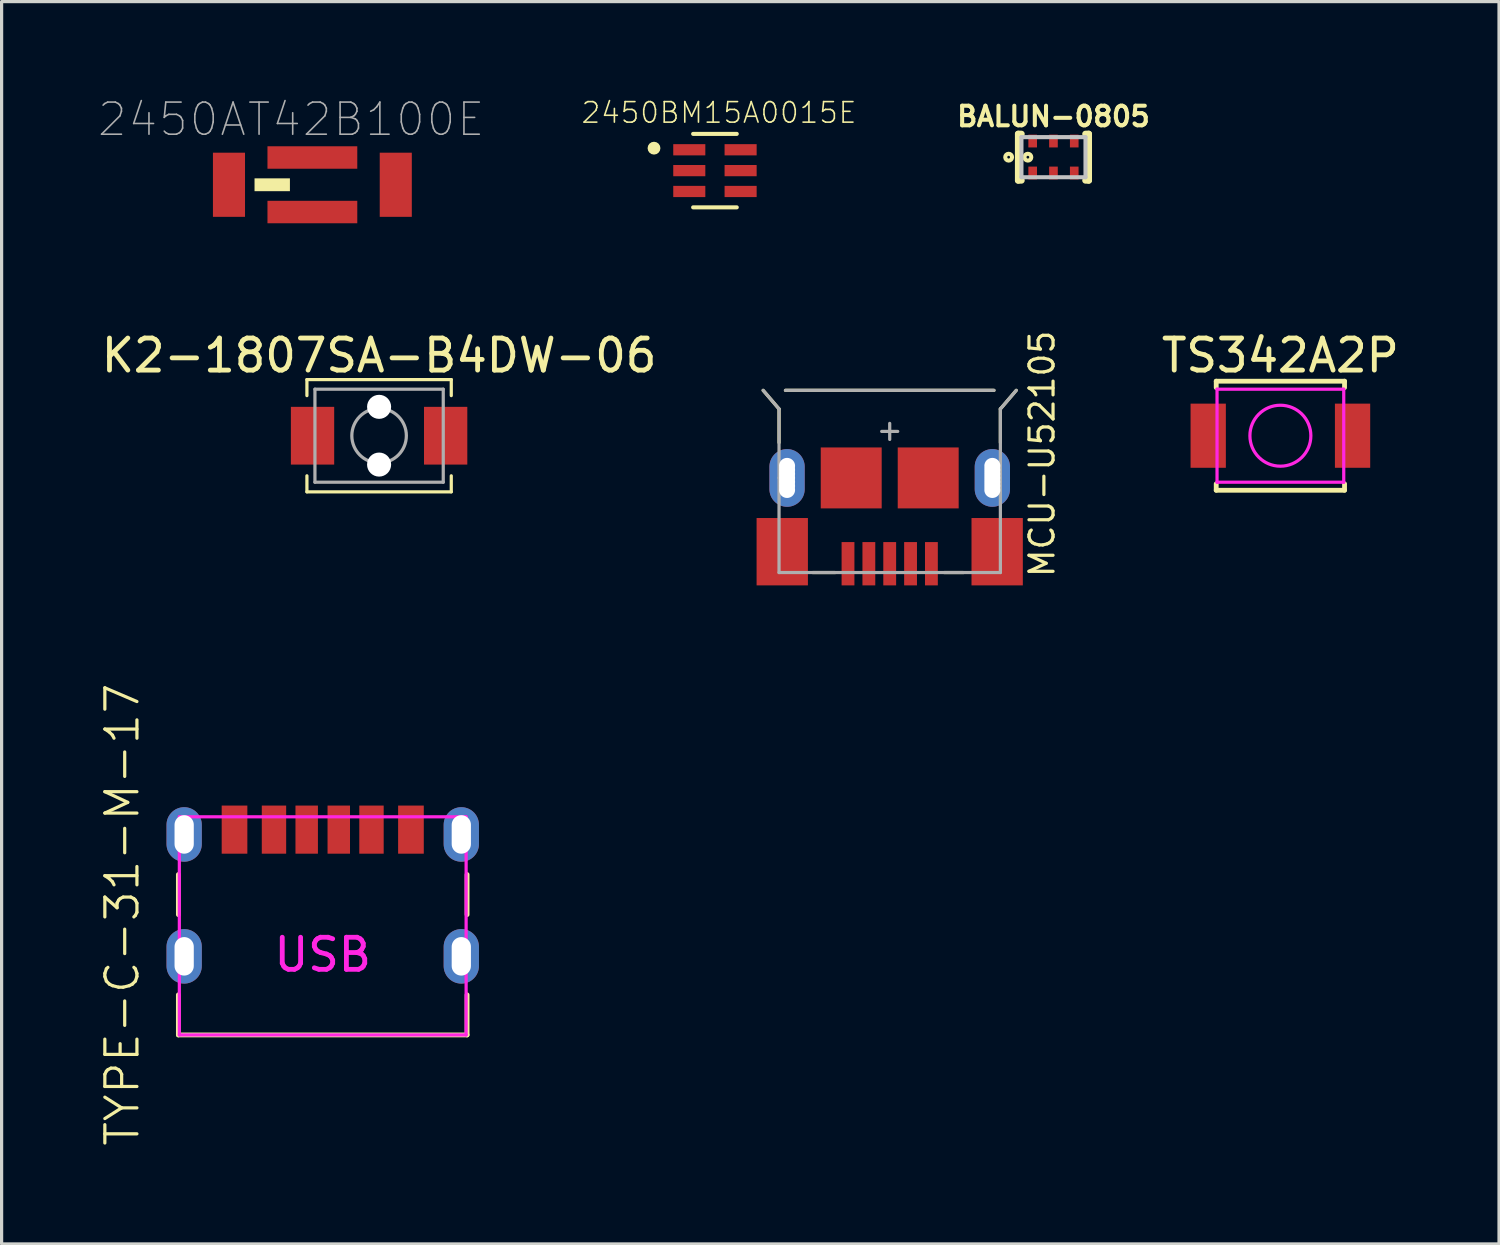
<source format=kicad_pcb>
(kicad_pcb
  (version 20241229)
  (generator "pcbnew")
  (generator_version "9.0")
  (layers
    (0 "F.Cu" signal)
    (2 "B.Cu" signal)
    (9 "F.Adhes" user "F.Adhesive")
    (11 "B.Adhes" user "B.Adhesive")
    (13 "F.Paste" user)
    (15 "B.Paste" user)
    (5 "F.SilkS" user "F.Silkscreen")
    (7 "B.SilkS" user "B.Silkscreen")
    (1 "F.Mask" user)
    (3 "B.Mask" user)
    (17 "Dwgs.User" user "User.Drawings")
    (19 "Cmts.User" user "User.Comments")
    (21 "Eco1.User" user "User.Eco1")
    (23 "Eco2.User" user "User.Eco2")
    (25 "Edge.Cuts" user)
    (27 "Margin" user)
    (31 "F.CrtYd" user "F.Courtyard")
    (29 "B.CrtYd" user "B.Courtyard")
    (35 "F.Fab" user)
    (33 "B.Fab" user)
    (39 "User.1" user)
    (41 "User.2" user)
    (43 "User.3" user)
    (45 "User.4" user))
  (footprint "TYPE-C-31-M-17"
    (layer "F.Cu")
    (at 7.011 22.963)
    (property "Reference" "TYPE-C-31-M-17" (at -6.25 2.5 90) (layer "F.SilkS") (effects (font (size 1 1) (thickness 0.1))))
    (attr through_hole)
    (fp_line (start -4.5 1.25) (end -4.5 2.5) (stroke (width 0.15) (type solid)) (layer "F.SilkS"))
    (fp_line (start -4.5 5) (end -4.5 6.25) (stroke (width 0.15) (type solid)) (layer "F.SilkS"))
    (fp_line (start -4.5 6.25) (end 4.5 6.25) (stroke (width 0.15) (type solid)) (layer "F.SilkS"))
    (fp_line (start 4.5 1.25) (end 4.5 2.5) (stroke (width 0.15) (type solid)) (layer "F.SilkS"))
    (fp_line (start 4.5 6.25) (end 4.5 5) (stroke (width 0.15) (type solid)) (layer "F.SilkS"))
    (fp_line (start -4.47 -0.55) (end 4.47 -0.55) (stroke (width 0.1) (type solid)) (layer "F.CrtYd"))
    (fp_line (start -4.47 6.25) (end -4.47 -0.55) (stroke (width 0.1) (type solid)) (layer "F.CrtYd"))
    (fp_line (start 4.47 -0.55) (end 4.47 6.25) (stroke (width 0.1) (type solid)) (layer "F.CrtYd"))
    (fp_line (start 4.47 6.25) (end -4.47 6.25) (stroke (width 0.1) (type solid)) (layer "F.CrtYd"))
    (fp_text user "USB" (at 0 3.75 0) (layer "F.CrtYd") (effects (font (size 1 1) (thickness 0.15))))
    (pad "" np_thru_hole oval (at -4.32 0) (size 0.6 1.2) (drill oval 0.6 1.2) (layers "*.Cu" "*.Mask"))
    (pad "" np_thru_hole oval (at -4.32 3.8) (size 0.6 1.2) (drill oval 0.6 1.2) (layers "*.Cu" "*.Mask"))
    (pad "" np_thru_hole oval (at 4.32 0) (size 0.6 1.2) (drill oval 0.6 1.2) (layers "*.Cu" "*.Mask"))
    (pad "" np_thru_hole oval (at 4.32 3.8) (size 0.6 1.2) (drill oval 0.6 1.2) (layers "*.Cu" "*.Mask"))
    (pad "CC1" smd rect (at -0.5 0) (size 0.7 1.5) (drill (offset 0 -0.15)) (layers "F.Cu" "F.Mask" "F.Paste"))
    (pad "CC2" smd rect (at 0.5 0) (size 0.7 1.5) (drill (offset 0 -0.15)) (layers "F.Cu" "F.Mask" "F.Paste"))
    (pad "GND" smd rect (at -2.75 0) (size 0.8 1.5) (drill (offset 0 -0.15)) (layers "F.Cu" "F.Mask" "F.Paste"))
    (pad "GND" smd rect (at 2.75 0) (size 0.8 1.5) (drill (offset 0 -0.15)) (layers "F.Cu" "F.Mask" "F.Paste"))
    (pad "SHIE" smd oval (at -4.32 0) (size 1.1 1.7) (layers "F.Cu" "F.Mask" "F.Paste"))
    (pad "SHIE" smd oval (at -4.32 0) (size 1.1 1.7) (layers "B.Cu" "B.Mask" "B.Paste"))
    (pad "SHIE" smd oval (at -4.32 3.8) (size 1.1 1.7) (layers "F.Cu" "F.Mask" "F.Paste"))
    (pad "SHIE" smd oval (at -4.32 3.8) (size 1.1 1.7) (layers "B.Cu" "B.Mask" "B.Paste"))
    (pad "SHIE" smd oval (at 4.32 0) (size 1.1 1.7) (layers "F.Cu" "F.Mask" "F.Paste"))
    (pad "SHIE" smd oval (at 4.32 0) (size 1.1 1.7) (layers "B.Cu" "B.Mask" "B.Paste"))
    (pad "SHIE" smd oval (at 4.32 3.8) (size 1.1 1.7) (layers "F.Cu" "F.Mask" "F.Paste"))
    (pad "SHIE" smd oval (at 4.32 3.8) (size 1.1 1.7) (layers "B.Cu" "B.Mask" "B.Paste"))
    (pad "VBUS" smd rect (at -1.52 0) (size 0.76 1.5) (drill (offset 0 -0.15)) (layers "F.Cu" "F.Mask" "F.Paste"))
    (pad "VBUS" smd rect (at 1.52 0) (size 0.76 1.5) (drill (offset 0 -0.15)) (layers "F.Cu" "F.Mask" "F.Paste")))
  (footprint "TS342A2P"
    (layer "F.Cu")
    (at 36.865 10.533)
    (property "Reference" "TS342A2P" (at 0 -2.5 0) (layer "F.SilkS") (effects (font (size 1 1) (thickness 0.15))))
    (attr through_hole)
    (fp_line (start -2 -1.7) (end -2 -1.5) (stroke (width 0.15) (type solid)) (layer "F.SilkS"))
    (fp_line (start -2 -1.7) (end 2 -1.7) (stroke (width 0.15) (type solid)) (layer "F.SilkS"))
    (fp_line (start -2 1.5) (end -2 1.7) (stroke (width 0.15) (type solid)) (layer "F.SilkS"))
    (fp_line (start -2 1.7) (end 2 1.7) (stroke (width 0.15) (type solid)) (layer "F.SilkS"))
    (fp_line (start 2 -1.7) (end 2 -1.5) (stroke (width 0.15) (type solid)) (layer "F.SilkS"))
    (fp_line (start 2 1.7) (end 2 1.5) (stroke (width 0.15) (type solid)) (layer "F.SilkS"))
    (fp_line (start -1.975 -1.45) (end 1.975 -1.45) (stroke (width 0.1) (type solid)) (layer "F.CrtYd"))
    (fp_line (start -1.975 1.45) (end -1.975 -1.45) (stroke (width 0.1) (type solid)) (layer "F.CrtYd"))
    (fp_line (start 1.975 -1.45) (end 1.975 1.45) (stroke (width 0.1) (type solid)) (layer "F.CrtYd"))
    (fp_line (start 1.975 1.45) (end -1.975 1.45) (stroke (width 0.1) (type solid)) (layer "F.CrtYd"))
    (fp_circle (center 0 0) (end 0.95 0) (stroke (width 0.1) (type solid)) (fill no) (layer "F.CrtYd"))
    (pad "1" smd rect (at -1.7 0) (size 1.1 2) (drill (offset -0.55 0)) (layers "F.Cu" "F.Mask" "F.Paste"))
    (pad "2" smd rect (at 1.7 0) (size 1.1 2) (drill (offset 0.55 0)) (layers "F.Cu" "F.Mask" "F.Paste")))
  (footprint "MCU-U52105"
    (layer "F.Cu")
    (at 24.686 11.849)
    (property "Reference" "MCU-U52105" (at 4.75 -0.75 90) (layer "F.SilkS") (effects (font (size 0.75 0.75) (thickness 0.1))))
    (attr through_hole)
    (fp_line (start -3.945 -2.73) (end -3.45 -2.15) (stroke (width 0.1) (type solid)) (layer "F.SilkS"))
    (fp_line (start -3.45 -2.15) (end -3.45 -1.1) (stroke (width 0.1) (type solid)) (layer "F.SilkS"))
    (fp_line (start -3.25 -2.73) (end 3.25 -2.73) (stroke (width 0.1) (type solid)) (layer "F.SilkS"))
    (fp_line (start -2.4 2.95) (end -1.7 2.95) (stroke (width 0.1) (type solid)) (layer "F.SilkS"))
    (fp_line (start 1.7 2.95) (end 2.3 2.95) (stroke (width 0.1) (type solid)) (layer "F.SilkS"))
    (fp_line (start 3.45 -2.15) (end 3.45 -1.1) (stroke (width 0.1) (type solid)) (layer "F.SilkS"))
    (fp_line (start 3.945 -2.73) (end 3.45 -2.15) (stroke (width 0.1) (type solid)) (layer "F.SilkS"))
    (fp_line (start -3.45 -2.15) (end -3.945 -2.73) (stroke (width 0.1) (type solid)) (layer "F.Fab"))
    (fp_line (start -3.45 0) (end -3.45 -2.15) (stroke (width 0.1) (type solid)) (layer "F.Fab"))
    (fp_line (start -3.45 0) (end -3.45 2.95) (stroke (width 0.1) (type solid)) (layer "F.Fab"))
    (fp_line (start -3.45 2.95) (end 3.45 2.95) (stroke (width 0.1) (type solid)) (layer "F.Fab"))
    (fp_line (start -3.25 -2.73) (end 3.25 -2.73) (stroke (width 0.1) (type solid)) (layer "F.Fab"))
    (fp_line (start 0 -1.2) (end 0 -1.7) (stroke (width 0.1) (type solid)) (layer "F.Fab"))
    (fp_line (start 0.25 -1.45) (end -0.25 -1.45) (stroke (width 0.1) (type solid)) (layer "F.Fab"))
    (fp_line (start 3.45 -2.15) (end 3.45 0) (stroke (width 0.1) (type solid)) (layer "F.Fab"))
    (fp_line (start 3.45 -2.15) (end 3.945 -2.73) (stroke (width 0.1) (type solid)) (layer "F.Fab"))
    (fp_line (start 3.45 2.95) (end 3.45 0) (stroke (width 0.1) (type solid)) (layer "F.Fab"))
    (pad "" np_thru_hole oval (at -3.2 -0.375 90) (size 0.5 0.5) (drill 0.5) (layers "*.Cu" "*.Mask"))
    (pad "" np_thru_hole oval (at -3.2 -0.25 90) (size 0.5 0.5) (drill 0.5) (layers "*.Cu" "*.Mask"))
    (pad "" np_thru_hole oval (at -3.2 -0.125 90) (size 0.5 0.5) (drill 0.5) (layers "*.Cu" "*.Mask"))
    (pad "" np_thru_hole oval (at -3.2 0 90) (size 0.5 0.5) (drill 0.5) (layers "*.Cu" "*.Mask"))
    (pad "" np_thru_hole oval (at -3.2 0.125 90) (size 0.5 0.5) (drill 0.5) (layers "*.Cu" "*.Mask"))
    (pad "" np_thru_hole oval (at -3.2 0.25 90) (size 0.5 0.5) (drill 0.5) (layers "*.Cu" "*.Mask"))
    (pad "" np_thru_hole oval (at -3.2 0.375 90) (size 0.5 0.5) (drill 0.5) (layers "*.Cu" "*.Mask"))
    (pad "" np_thru_hole oval (at 3.2 -0.375 90) (size 0.5 0.5) (drill 0.5) (layers "*.Cu" "*.Mask"))
    (pad "" np_thru_hole oval (at 3.2 -0.25 90) (size 0.5 0.5) (drill 0.5) (layers "*.Cu" "*.Mask"))
    (pad "" np_thru_hole oval (at 3.2 -0.125 90) (size 0.5 0.5) (drill 0.5) (layers "*.Cu" "*.Mask"))
    (pad "" np_thru_hole oval (at 3.2 0 90) (size 0.5 0.5) (drill 0.5) (layers "*.Cu" "*.Mask"))
    (pad "" np_thru_hole oval (at 3.2 0.125 90) (size 0.5 0.5) (drill 0.5) (layers "*.Cu" "*.Mask"))
    (pad "" np_thru_hole oval (at 3.2 0.25 90) (size 0.5 0.5) (drill 0.5) (layers "*.Cu" "*.Mask"))
    (pad "" np_thru_hole oval (at 3.2 0.375 90) (size 0.5 0.5) (drill 0.5) (layers "*.Cu" "*.Mask"))
    (pad "D+" smd rect (at 0 3.35 90) (size 1.35 0.4) (drill oval (offset 0.675 0)) (layers "F.Cu" "F.Mask" "F.Paste"))
    (pad "D-" smd rect (at 0.65 3.35 90) (size 1.35 0.4) (drill oval (offset 0.675 0)) (layers "F.Cu" "F.Mask" "F.Paste"))
    (pad "GND" smd rect (at -1.3 3.35 90) (size 1.35 0.4) (drill oval (offset 0.675 0)) (layers "F.Cu" "F.Mask" "F.Paste"))
    (pad "ID" smd rect (at -0.65 3.35 90) (size 1.35 0.4) (drill oval (offset 0.675 0)) (layers "F.Cu" "F.Mask" "F.Paste"))
    (pad "SHIE" smd rect (at -4.15 3.35 90) (size 2.1 1.6) (drill oval (offset 1.05 0.8)) (layers "F.Cu" "F.Mask" "F.Paste"))
    (pad "SHIE" smd oval (at -3.2 0 90) (size 1.8 1.1) (layers "F.Cu" "F.Mask"))
    (pad "SHIE" smd oval (at -3.2 0 90) (size 1.8 1.1) (layers "B.Cu" "B.Mask"))
    (pad "SHIE" smd rect (at -1.2 0 90) (size 1.9 1.9) (layers "F.Cu" "F.Mask" "F.Paste"))
    (pad "SHIE" smd rect (at 1.2 0 90) (size 1.9 1.9) (layers "F.Cu" "F.Mask" "F.Paste"))
    (pad "SHIE" smd oval (at 3.2 0 90) (size 1.8 1.1) (layers "F.Cu" "F.Mask"))
    (pad "SHIE" smd oval (at 3.2 0 90) (size 1.8 1.1) (layers "B.Cu" "B.Mask"))
    (pad "SHIE" smd rect (at 4.15 3.35 90) (size 2.1 1.6) (drill oval (offset 1.05 -0.8)) (layers "F.Cu" "F.Mask" "F.Paste"))
    (pad "VBUS" smd rect (at 1.3 3.35 90) (size 1.35 0.4) (drill oval (offset 0.675 0)) (layers "F.Cu" "F.Mask" "F.Paste")))
  (footprint "2450AT42B100E"
    (layer "F.Cu")
    (at 6.688 2.71)
    (property "Reference" "2450AT42B100E" (at -0.661 -2.037 180) (layer "F.Fab") (effects (font (size 1.001 1.001) (thickness 0.05))))
    (attr smd)
    (fp_poly (pts (xy -1.803 -0.2) (xy -0.7 -0.2) (xy -0.7 0.2) (xy -1.803 0.2)) (stroke (width 0) (type solid)) (fill yes) (layer "F.SilkS"))
    (fp_line (start -3.35 -1.45) (end 3.35 -1.45) (stroke (width 0.05) (type solid)) (layer "Eco1.User"))
    (fp_line (start -3.35 1.45) (end -3.35 -1.45) (stroke (width 0.05) (type solid)) (layer "Eco1.User"))
    (fp_line (start 3.35 -1.45) (end 3.35 1.45) (stroke (width 0.05) (type solid)) (layer "Eco1.User"))
    (fp_line (start 3.35 1.45) (end -3.35 1.45) (stroke (width 0.05) (type solid)) (layer "Eco1.User"))
    (pad "1" smd rect (at -2.6 0) (size 1 2) (layers "F.Cu" "F.Mask" "F.Paste"))
    (pad "2" smd rect (at 2.6 0) (size 1 2) (layers "F.Cu" "F.Mask" "F.Paste"))
    (pad "3" smd rect (at 0 0.85) (size 2.8 0.7) (layers "F.Cu" "F.Mask" "F.Paste"))
    (pad "4" smd rect (at 0 -0.85) (size 2.8 0.7) (layers "F.Cu" "F.Mask" "F.Paste")))
  (footprint "2450BM15A0015E"
    (layer "F.Cu")
    (at 19.238 2.269)
    (property "Reference" "2450BM15A0015E" (at 0.126 -1.806 0) (layer "F.SilkS") (effects (font (size 0.64 0.64) (thickness 0.05))))
    (attr smd)
    (fp_line (start -0.68 1.145) (end 0.68 1.145) (stroke (width 0.127) (type solid)) (layer "F.SilkS"))
    (fp_line (start 0.68 -1.145) (end -0.68 -1.145) (stroke (width 0.127) (type solid)) (layer "F.SilkS"))
    (fp_circle (center -1.9 -0.7) (end -1.8 -0.7) (stroke (width 0.2) (type solid)) (fill no) (layer "F.SilkS"))
    (fp_line (start -1.55 -1.075) (end -1.55 1.075) (stroke (width 0.05) (type solid)) (layer "Eco1.User"))
    (fp_line (start -1.55 1.075) (end -0.93 1.075) (stroke (width 0.05) (type solid)) (layer "Eco1.User"))
    (fp_line (start -0.93 -1.3) (end -0.93 -1.075) (stroke (width 0.05) (type solid)) (layer "Eco1.User"))
    (fp_line (start -0.93 -1.075) (end -1.55 -1.075) (stroke (width 0.05) (type solid)) (layer "Eco1.User"))
    (fp_line (start -0.93 1.075) (end -0.93 1.3) (stroke (width 0.05) (type solid)) (layer "Eco1.User"))
    (fp_line (start -0.93 1.3) (end 0.93 1.3) (stroke (width 0.05) (type solid)) (layer "Eco1.User"))
    (fp_line (start 0.93 -1.3) (end -0.93 -1.3) (stroke (width 0.05) (type solid)) (layer "Eco1.User"))
    (fp_line (start 0.93 -1.075) (end 0.93 -1.3) (stroke (width 0.05) (type solid)) (layer "Eco1.User"))
    (fp_line (start 0.93 1.075) (end 1.55 1.075) (stroke (width 0.05) (type solid)) (layer "Eco1.User"))
    (fp_line (start 0.93 1.3) (end 0.93 1.075) (stroke (width 0.05) (type solid)) (layer "Eco1.User"))
    (fp_line (start 1.55 -1.075) (end 0.93 -1.075) (stroke (width 0.05) (type solid)) (layer "Eco1.User"))
    (fp_line (start 1.55 1.075) (end 1.55 -1.075) (stroke (width 0.05) (type solid)) (layer "Eco1.User"))
    (fp_line (start -0.68 -1.05) (end -0.68 1.05) (stroke (width 0.127) (type solid)) (layer "Eco2.User"))
    (fp_line (start -0.68 1.05) (end 0.68 1.05) (stroke (width 0.127) (type solid)) (layer "Eco2.User"))
    (fp_line (start 0.68 -1.05) (end -0.68 -1.05) (stroke (width 0.127) (type solid)) (layer "Eco2.User"))
    (fp_line (start 0.68 1.05) (end 0.68 -1.05) (stroke (width 0.127) (type solid)) (layer "Eco2.User"))
    (fp_circle (center -1.9 -0.7) (end -1.8 -0.7) (stroke (width 0.2) (type solid)) (fill no) (layer "Eco2.User"))
    (pad "BAL1" smd rect (at -0.8 0.65 90) (size 0.35 1) (layers "F.Cu" "F.Mask" "F.Paste"))
    (pad "BAL2" smd rect (at 0.8 0.65 90) (size 0.35 1) (layers "F.Cu" "F.Mask" "F.Paste"))
    (pad "GND" smd rect (at -0.8 0 90) (size 0.35 1) (layers "F.Cu" "F.Mask" "F.Paste"))
    (pad "GND" smd rect (at 0.8 -0.65 90) (size 0.35 1) (layers "F.Cu" "F.Mask" "F.Paste"))
    (pad "GND" smd rect (at 0.8 0 90) (size 0.35 1) (layers "F.Cu" "F.Mask" "F.Paste"))
    (pad "UNBAL" smd rect (at -0.8 -0.65 90) (size 0.35 1) (layers "F.Cu" "F.Mask" "F.Paste")))
  (footprint "BALUN-0805"
    (layer "F.Cu")
    (at 29.791 1.85)
    (property "Reference" "BALUN-0805" (at 0 -1.27 0) (layer "F.SilkS") (effects (font (size 0.61 0.61) (thickness 0.127))))
    (attr smd)
    (fp_line (start -1.1 -0.724) (end -1.1 0.724) (stroke (width 0.203) (type solid)) (layer "F.SilkS"))
    (fp_line (start -1.1 0.724) (end -0.998 0.724) (stroke (width 0.203) (type solid)) (layer "F.SilkS"))
    (fp_line (start -0.998 -0.724) (end -1.1 -0.724) (stroke (width 0.203) (type solid)) (layer "F.SilkS"))
    (fp_line (start 0.998 0.724) (end 1.1 0.724) (stroke (width 0.203) (type solid)) (layer "F.SilkS"))
    (fp_line (start 1.1 -0.724) (end 0.998 -0.724) (stroke (width 0.203) (type solid)) (layer "F.SilkS"))
    (fp_line (start 1.1 0.724) (end 1.1 -0.724) (stroke (width 0.203) (type solid)) (layer "F.SilkS"))
    (fp_circle (center -1.397 0) (end -1.397 -0.043) (stroke (width 0.127) (type solid)) (fill no) (layer "F.SilkS"))
    (fp_circle (center -0.798 0) (end -0.798 -0.043) (stroke (width 0.127) (type solid)) (fill no) (layer "F.SilkS"))
    (fp_line (start -0.998 -0.625) (end -0.998 0.625) (stroke (width 0.127) (type solid)) (layer "Dwgs.User"))
    (fp_line (start -0.998 0.625) (end 0.998 0.625) (stroke (width 0.127) (type solid)) (layer "Dwgs.User"))
    (fp_line (start 0.998 -0.625) (end -0.998 -0.625) (stroke (width 0.127) (type solid)) (layer "Dwgs.User"))
    (fp_line (start 0.998 0.625) (end 0.998 -0.625) (stroke (width 0.127) (type solid)) (layer "Dwgs.User"))
    (pad "1" smd rect (at -0.648 0.493) (size 0.269 0.399) (layers "F.Cu" "F.Mask" "F.Paste"))
    (pad "2" smd rect (at 0 0.493) (size 0.269 0.399) (layers "F.Cu" "F.Mask" "F.Paste"))
    (pad "3" smd rect (at 0.648 0.493) (size 0.269 0.399) (layers "F.Cu" "F.Mask" "F.Paste"))
    (pad "4" smd rect (at 0.648 -0.503) (size 0.269 0.399) (layers "F.Cu" "F.Mask" "F.Paste"))
    (pad "5" smd rect (at 0 -0.503) (size 0.269 0.399) (layers "F.Cu" "F.Mask" "F.Paste"))
    (pad "6" smd rect (at -0.648 -0.503) (size 0.269 0.399) (layers "F.Cu" "F.Mask" "F.Paste")))
  (footprint "K2-1807SA-B4DW-06"
    (layer "F.Cu")
    (at 8.768 10.533)
    (property "Reference" "K2-1807SA-B4DW-06" (at 0 -2.5 0) (layer "F.SilkS") (effects (font (size 1 1) (thickness 0.15))))
    (attr through_hole)
    (fp_line (start -2.25 -1.75) (end 2.25 -1.75) (stroke (width 0.1) (type solid)) (layer "F.SilkS"))
    (fp_line (start -2.25 -1.25) (end -2.25 -1.75) (stroke (width 0.1) (type solid)) (layer "F.SilkS"))
    (fp_line (start -2.25 1.25) (end -2.25 1.75) (stroke (width 0.1) (type solid)) (layer "F.SilkS"))
    (fp_line (start -2.25 1.75) (end 2.25 1.75) (stroke (width 0.1) (type solid)) (layer "F.SilkS"))
    (fp_line (start 2.25 -1.75) (end 2.25 -1.25) (stroke (width 0.1) (type solid)) (layer "F.SilkS"))
    (fp_line (start 2.25 1.75) (end 2.25 1.25) (stroke (width 0.1) (type solid)) (layer "F.SilkS"))
    (fp_line (start -2 -1.45) (end -2 1.45) (stroke (width 0.1) (type solid)) (layer "F.Fab"))
    (fp_line (start -2 -1.45) (end 2 -1.45) (stroke (width 0.1) (type solid)) (layer "F.Fab"))
    (fp_line (start -2 1.45) (end 2 1.45) (stroke (width 0.1) (type solid)) (layer "F.Fab"))
    (fp_line (start 2 -1.45) (end 2 1.45) (stroke (width 0.1) (type solid)) (layer "F.Fab"))
    (fp_circle (center 0 0) (end 0.85 0) (stroke (width 0.1) (type solid)) (fill no) (layer "F.Fab"))
    (pad "" np_thru_hole circle (at 0 -0.9) (size 0.75 0.75) (drill 0.75) (layers "*.Cu" "*.Mask"))
    (pad "" np_thru_hole circle (at 0 0.9) (size 0.75 0.75) (drill 0.75) (layers "*.Cu" "*.Mask"))
    (pad "1" smd rect (at -2.075 0) (size 1.35 1.8) (layers "F.Cu" "F.Mask" "F.Paste"))
    (pad "2" smd rect (at 2.075 0) (size 1.35 1.8) (layers "F.Cu" "F.Mask" "F.Paste")))
  (gr_rect
    (start -3 -3)
    (end 43.681 35.728)
    (stroke (width 0.1) (type default))
    (fill no)
    (layer "Edge.Cuts")))
</source>
